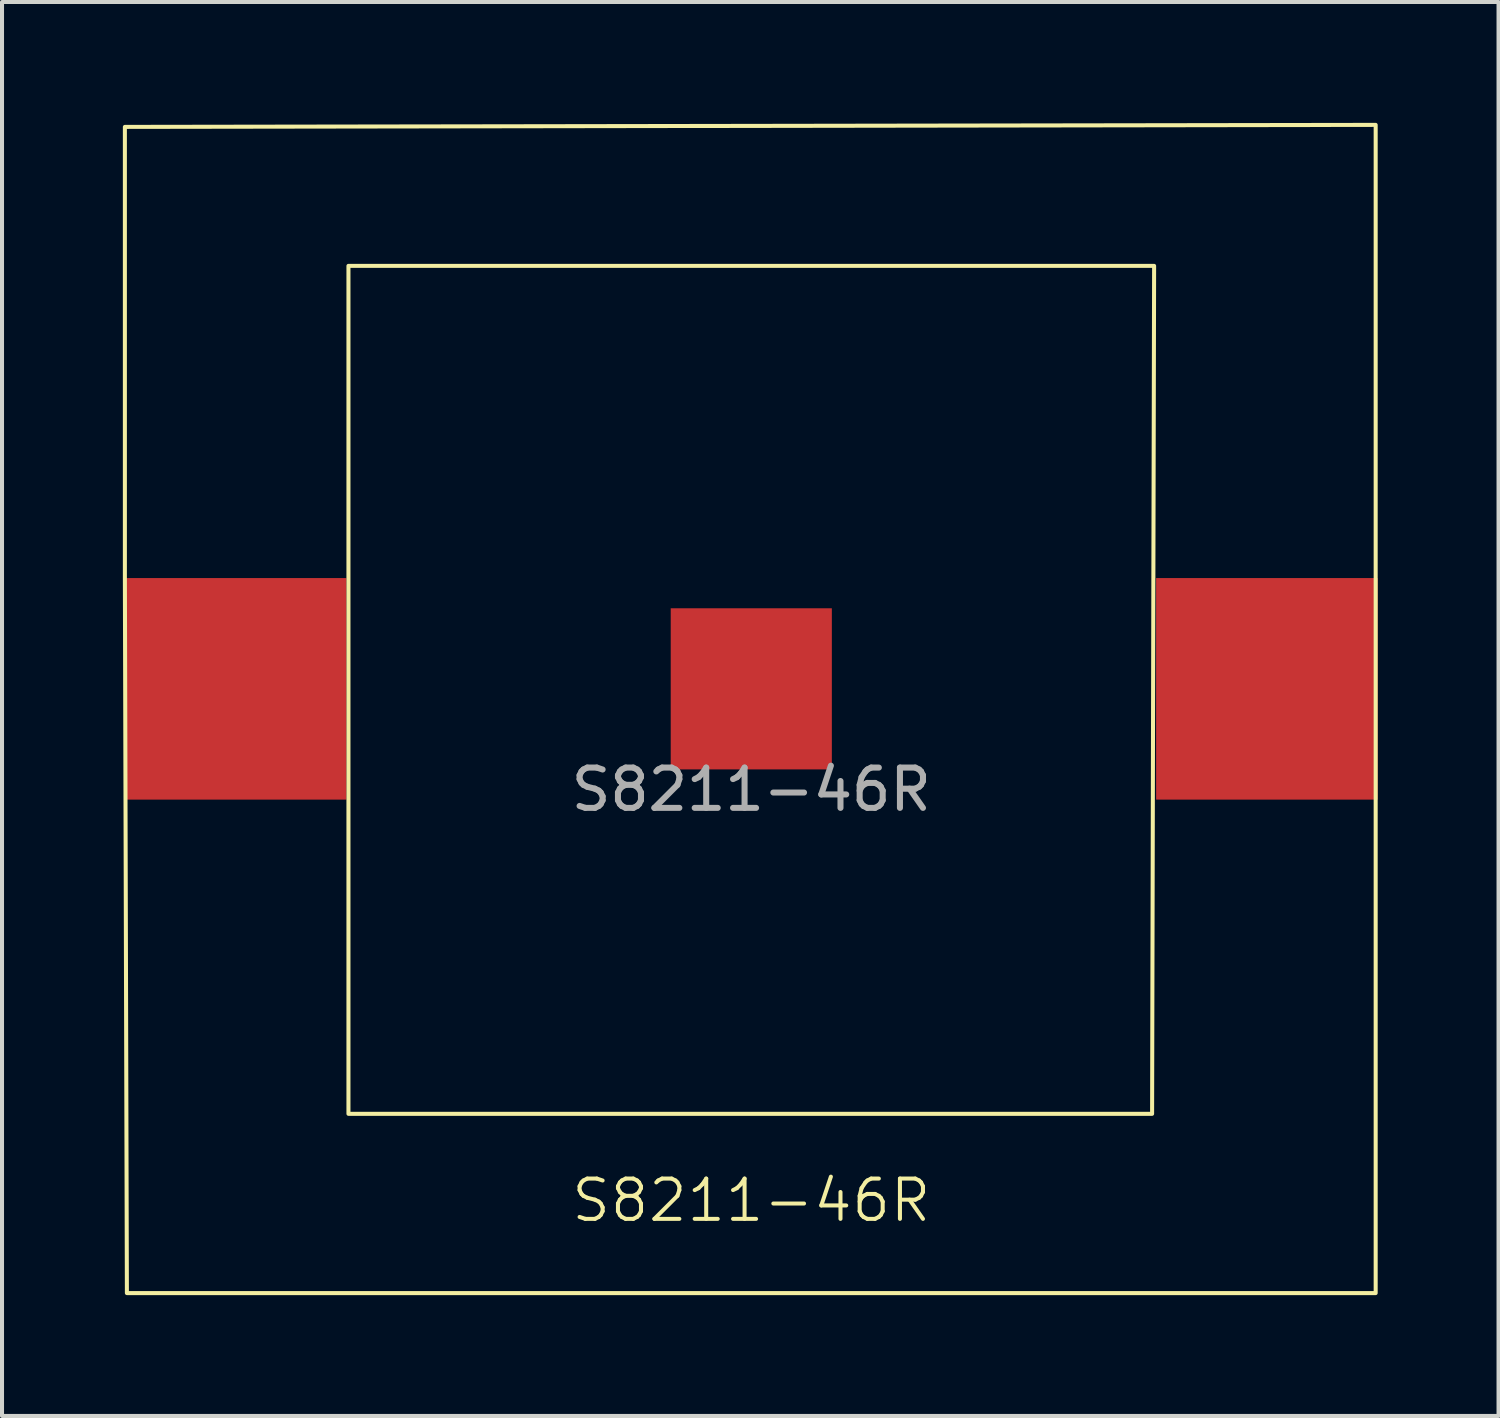
<source format=kicad_pcb>
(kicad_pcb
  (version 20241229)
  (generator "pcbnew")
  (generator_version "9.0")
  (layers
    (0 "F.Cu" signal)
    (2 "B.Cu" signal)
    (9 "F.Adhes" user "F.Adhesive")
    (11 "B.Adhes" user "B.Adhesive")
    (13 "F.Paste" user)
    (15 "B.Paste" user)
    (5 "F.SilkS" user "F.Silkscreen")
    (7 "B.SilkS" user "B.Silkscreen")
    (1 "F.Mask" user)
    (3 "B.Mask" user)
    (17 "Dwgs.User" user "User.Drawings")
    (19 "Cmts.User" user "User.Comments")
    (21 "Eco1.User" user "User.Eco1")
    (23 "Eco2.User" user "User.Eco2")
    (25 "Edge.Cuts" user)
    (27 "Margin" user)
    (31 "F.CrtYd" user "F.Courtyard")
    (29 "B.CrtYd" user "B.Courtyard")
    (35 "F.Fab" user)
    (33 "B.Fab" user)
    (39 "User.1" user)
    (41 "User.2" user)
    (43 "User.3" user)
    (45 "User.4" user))
  (footprint "S8211-46R"
    (layer "F.Cu")
    (at 15.6 14.05)
    (property "Reference" "S8211-46R" (at 0 12.7 0) (unlocked yes) (layer "F.SilkS") (effects (font (size 1 1) (thickness 0.1))))
    (attr smd)
    (fp_poly (pts (xy -10 -10.5) (xy 10 -10.5) (xy 9.95 10.55) (xy -10 10.55)) (stroke (width 0.1) (type solid)) (fill no) (layer "F.SilkS"))
    (fp_poly (pts (xy -15.55 -2.75) (xy -15.55 -13.95) (xy 15.5 -14) (xy 15.5 15) (xy -15.5 15)) (stroke (width 0.1) (type solid)) (fill no) (layer "F.SilkS"))
    (fp_text user "${REFERENCE}" (at 0 2.5 0) (unlocked yes) (layer "F.Fab") (effects (font (size 1 1) (thickness 0.15))))
    (pad "1" smd rect (at -12.8 0) (size 5.5 5.5) (layers "F.Cu" "F.Mask" "F.Paste"))
    (pad "1" smd rect (at 12.8 0) (size 5.5 5.5) (layers "F.Cu" "F.Mask" "F.Paste"))
    (pad "2" smd rect (at 0 0) (size 4 4) (layers "F.Cu" "F.Mask" "F.Paste")))
  (gr_rect
    (start -3 -3)
    (end 34.15 32.1)
    (stroke (width 0.1) (type default))
    (fill no)
    (layer "Edge.Cuts")))
</source>
